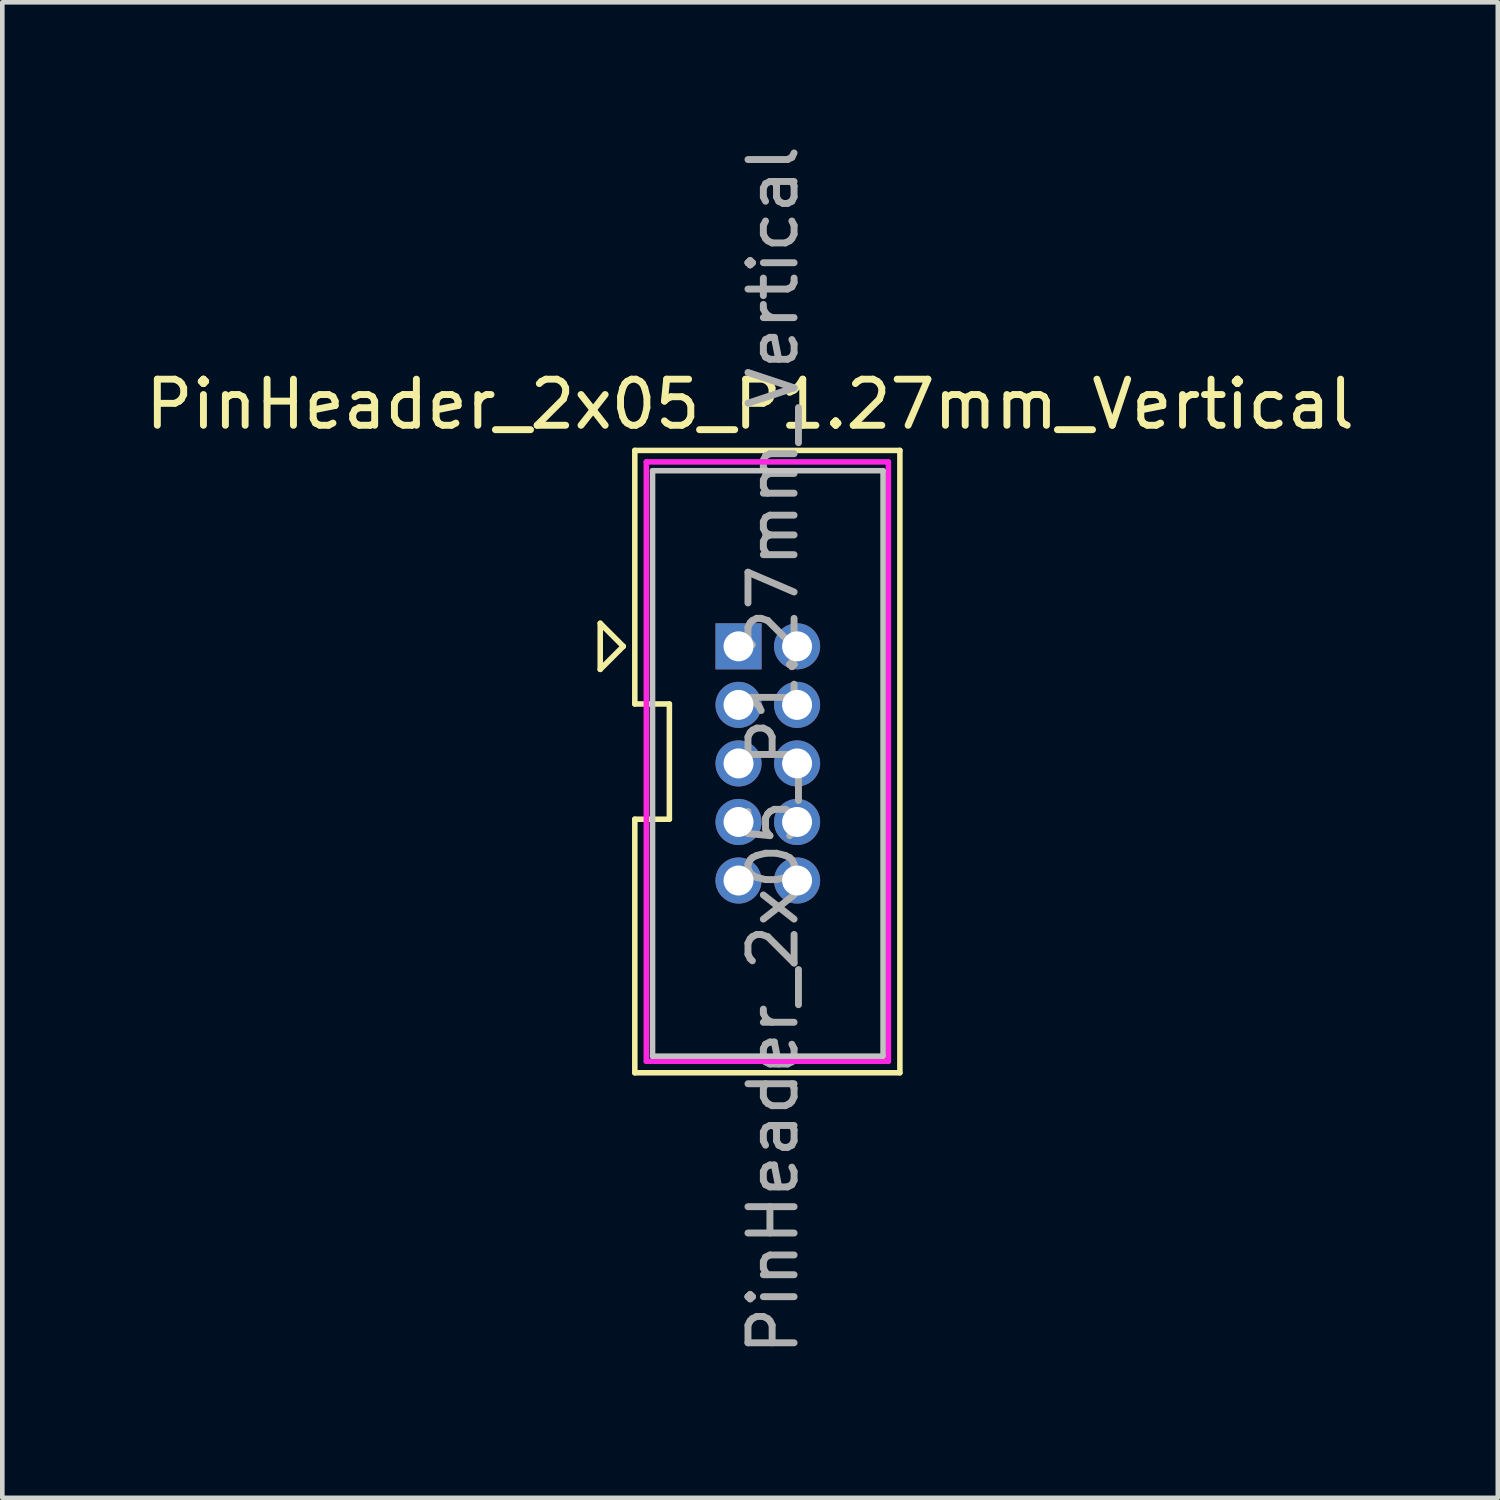
<source format=kicad_pcb>
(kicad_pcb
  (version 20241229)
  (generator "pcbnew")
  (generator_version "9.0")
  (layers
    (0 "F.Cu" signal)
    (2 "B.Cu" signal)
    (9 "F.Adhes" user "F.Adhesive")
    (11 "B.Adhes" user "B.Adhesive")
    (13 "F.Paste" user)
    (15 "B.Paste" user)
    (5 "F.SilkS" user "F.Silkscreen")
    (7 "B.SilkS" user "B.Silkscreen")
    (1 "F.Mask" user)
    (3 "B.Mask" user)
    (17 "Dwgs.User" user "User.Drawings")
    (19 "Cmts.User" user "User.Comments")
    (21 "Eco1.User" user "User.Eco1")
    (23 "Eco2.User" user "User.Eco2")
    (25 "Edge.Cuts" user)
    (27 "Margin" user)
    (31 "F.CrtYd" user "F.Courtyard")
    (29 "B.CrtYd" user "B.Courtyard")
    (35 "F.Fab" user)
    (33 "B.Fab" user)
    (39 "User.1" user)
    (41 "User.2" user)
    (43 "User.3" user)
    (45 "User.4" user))
  (footprint "PinHeader_2x05_P1.27mm_Vertical"
    (layer "F.Cu")
    (at 12.97 10.97)
    (property "Reference" "PinHeader_2x05_P1.27mm_Vertical" (at 0.25 -5.25 0) (layer "F.SilkS") (effects (font (size 1 1) (thickness 0.15))))
    (attr through_hole)
    (fp_line (start -3 -0.5) (end -3 0.5) (stroke (width 0.12) (type solid)) (layer "F.SilkS"))
    (fp_line (start -3 0.5) (end -2.5 0) (stroke (width 0.12) (type solid)) (layer "F.SilkS"))
    (fp_line (start -2.5 0) (end -3 -0.5) (stroke (width 0.12) (type solid)) (layer "F.SilkS"))
    (fp_line (start -2.25 -4.25) (end -2.25 1.25) (stroke (width 0.12) (type solid)) (layer "F.SilkS"))
    (fp_line (start -2.25 1.25) (end -1.5 1.25) (stroke (width 0.12) (type solid)) (layer "F.SilkS"))
    (fp_line (start -2.25 3.75) (end -2.25 9.25) (stroke (width 0.12) (type solid)) (layer "F.SilkS"))
    (fp_line (start -2.25 9.25) (end 3.5 9.25) (stroke (width 0.12) (type solid)) (layer "F.SilkS"))
    (fp_line (start -1.5 1.25) (end -1.5 3.75) (stroke (width 0.12) (type solid)) (layer "F.SilkS"))
    (fp_line (start -1.5 3.75) (end -2.25 3.75) (stroke (width 0.12) (type solid)) (layer "F.SilkS"))
    (fp_line (start 3.5 -4.25) (end -2.25 -4.25) (stroke (width 0.12) (type solid)) (layer "F.SilkS"))
    (fp_line (start 3.5 9.25) (end 3.5 -4.25) (stroke (width 0.12) (type solid)) (layer "F.SilkS"))
    (fp_line (start -1.865 -3.81) (end 3.135 -3.81) (stroke (width 0.12) (type solid)) (layer "Dwgs.User"))
    (fp_line (start -1.865 8.89) (end -1.865 -3.81) (stroke (width 0.12) (type solid)) (layer "Dwgs.User"))
    (fp_line (start 3.135 -3.81) (end 3.135 8.89) (stroke (width 0.12) (type solid)) (layer "Dwgs.User"))
    (fp_line (start 3.135 8.89) (end -1.865 8.89) (stroke (width 0.12) (type solid)) (layer "Dwgs.User"))
    (fp_line (start -2 -4) (end -2 9) (stroke (width 0.12) (type solid)) (layer "F.CrtYd"))
    (fp_line (start -2 9) (end 3.25 9) (stroke (width 0.12) (type solid)) (layer "F.CrtYd"))
    (fp_line (start 3.25 -4) (end -2 -4) (stroke (width 0.12) (type solid)) (layer "F.CrtYd"))
    (fp_line (start 3.25 9) (end 3.25 -4) (stroke (width 0.12) (type solid)) (layer "F.CrtYd"))
    (fp_text user "${REFERENCE}" (at 0.75 2.25 90) (layer "F.Fab") (effects (font (size 1 1) (thickness 0.15))))
    (pad "1" thru_hole rect (at 0 0) (size 1 1) (drill 0.65) (layers "*.Cu" "*.Mask"))
    (pad "2" thru_hole oval (at 1.27 0) (size 1 1) (drill 0.65) (layers "*.Cu" "*.Mask"))
    (pad "3" thru_hole oval (at 0 1.27) (size 1 1) (drill 0.65) (layers "*.Cu" "*.Mask"))
    (pad "4" thru_hole oval (at 1.27 1.27) (size 1 1) (drill 0.65) (layers "*.Cu" "*.Mask"))
    (pad "5" thru_hole oval (at 0 2.54) (size 1 1) (drill 0.65) (layers "*.Cu" "*.Mask"))
    (pad "6" thru_hole oval (at 1.27 2.54) (size 1 1) (drill 0.65) (layers "*.Cu" "*.Mask"))
    (pad "7" thru_hole oval (at 0 3.81) (size 1 1) (drill 0.65) (layers "*.Cu" "*.Mask"))
    (pad "8" thru_hole oval (at 1.27 3.81) (size 1 1) (drill 0.65) (layers "*.Cu" "*.Mask"))
    (pad "9" thru_hole oval (at 0 5.08) (size 1 1) (drill 0.65) (layers "*.Cu" "*.Mask"))
    (pad "10" thru_hole oval (at 1.27 5.08) (size 1 1) (drill 0.65) (layers "*.Cu" "*.Mask")))
  (gr_rect
    (start -3 -3)
    (end 29.44 29.44)
    (stroke (width 0.1) (type default))
    (fill no)
    (layer "Edge.Cuts")))
</source>
